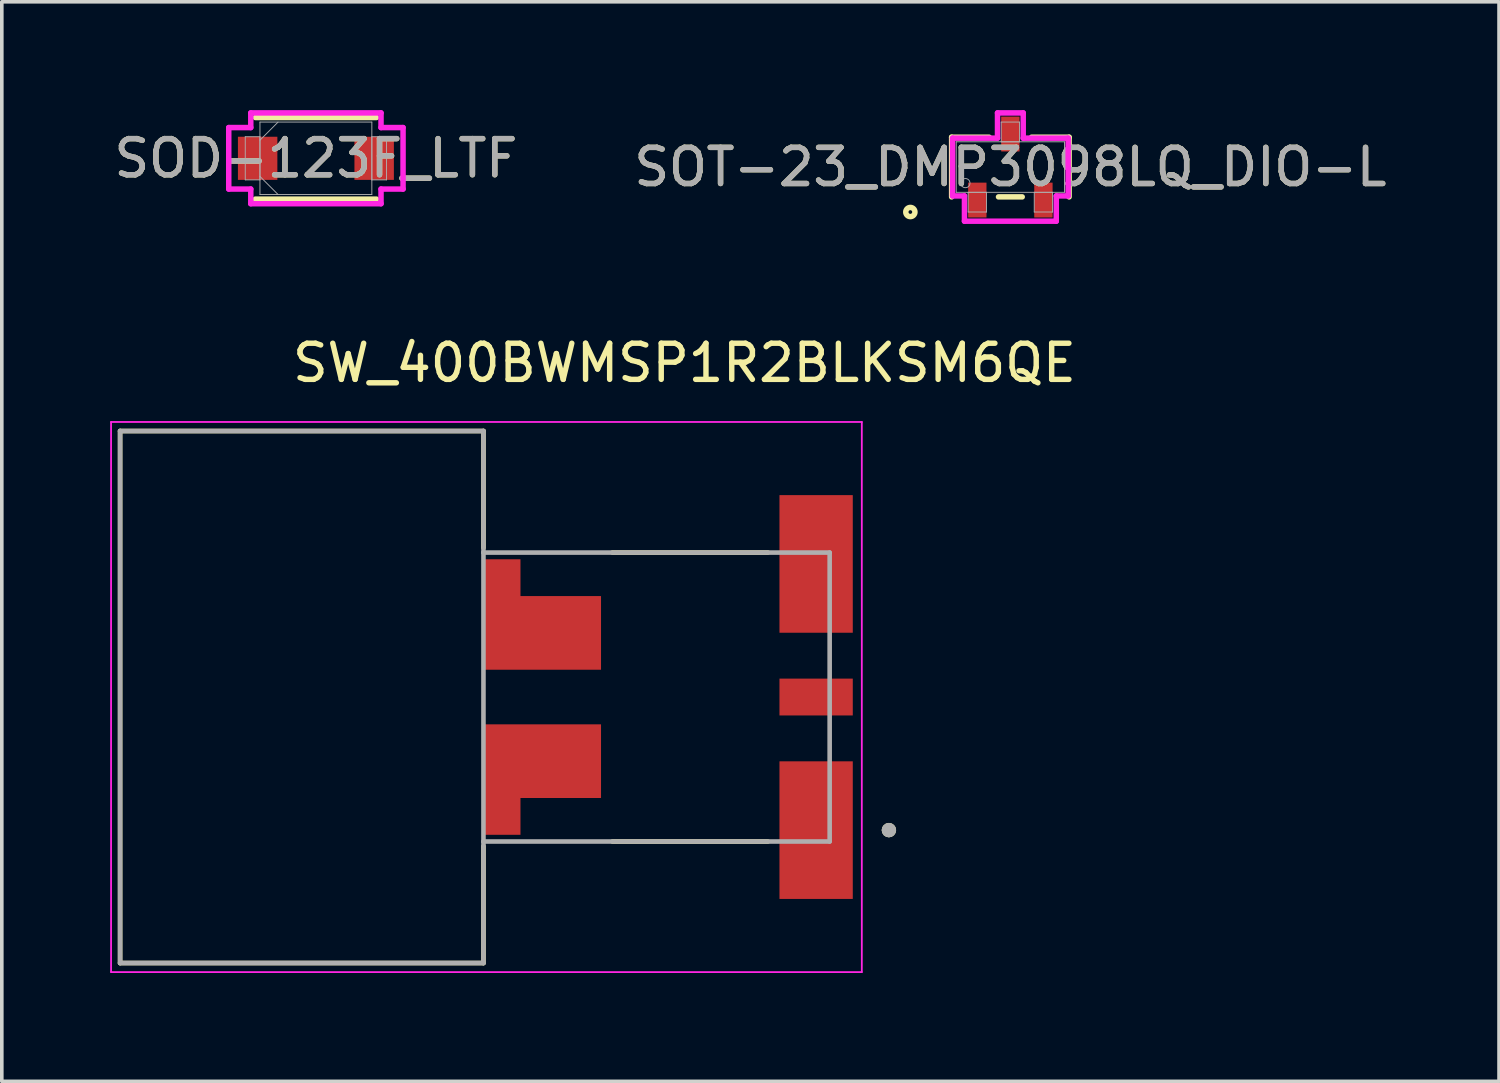
<source format=kicad_pcb>
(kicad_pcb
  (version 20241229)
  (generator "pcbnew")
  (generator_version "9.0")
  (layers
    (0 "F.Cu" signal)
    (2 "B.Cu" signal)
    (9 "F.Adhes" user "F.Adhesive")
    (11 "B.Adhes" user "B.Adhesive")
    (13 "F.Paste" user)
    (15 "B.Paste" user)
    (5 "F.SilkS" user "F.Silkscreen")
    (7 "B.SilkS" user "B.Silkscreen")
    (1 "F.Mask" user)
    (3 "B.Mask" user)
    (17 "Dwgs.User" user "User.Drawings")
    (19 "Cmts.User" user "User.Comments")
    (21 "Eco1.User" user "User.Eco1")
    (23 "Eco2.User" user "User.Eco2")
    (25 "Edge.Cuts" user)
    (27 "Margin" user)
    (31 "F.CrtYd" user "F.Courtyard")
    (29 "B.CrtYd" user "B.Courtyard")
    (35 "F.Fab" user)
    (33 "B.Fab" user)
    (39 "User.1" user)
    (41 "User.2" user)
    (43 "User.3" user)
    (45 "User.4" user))
  (footprint "SOD-123F_LTF"
    (layer "F.Cu")
    (at 5.696 1.333)
    (property "Reference" "SOD-123F_LTF" (at 0 0 0) (unlocked yes) (layer "F.SilkS") (effects (font (size 1 1) (thickness 0.15))))
    (attr smd)
    (fp_line (start -1.676 1.13) (end 1.676 1.13) (stroke (width 0.152) (type solid)) (layer "F.SilkS"))
    (fp_line (start 1.676 -1.13) (end -1.676 -1.13) (stroke (width 0.152) (type solid)) (layer "F.SilkS"))
    (fp_line (start -2.413 -0.851) (end -1.803 -0.851) (stroke (width 0.152) (type solid)) (layer "F.CrtYd"))
    (fp_line (start -2.413 0.851) (end -2.413 -0.851) (stroke (width 0.152) (type solid)) (layer "F.CrtYd"))
    (fp_line (start -1.803 -1.257) (end 1.803 -1.257) (stroke (width 0.152) (type solid)) (layer "F.CrtYd"))
    (fp_line (start -1.803 -0.851) (end -1.803 -1.257) (stroke (width 0.152) (type solid)) (layer "F.CrtYd"))
    (fp_line (start -1.803 0.851) (end -2.413 0.851) (stroke (width 0.152) (type solid)) (layer "F.CrtYd"))
    (fp_line (start -1.803 1.257) (end -1.803 0.851) (stroke (width 0.152) (type solid)) (layer "F.CrtYd"))
    (fp_line (start 1.803 -1.257) (end 1.803 -0.851) (stroke (width 0.152) (type solid)) (layer "F.CrtYd"))
    (fp_line (start 1.803 -0.851) (end 2.413 -0.851) (stroke (width 0.152) (type solid)) (layer "F.CrtYd"))
    (fp_line (start 1.803 0.851) (end 1.803 1.257) (stroke (width 0.152) (type solid)) (layer "F.CrtYd"))
    (fp_line (start 1.803 1.257) (end -1.803 1.257) (stroke (width 0.152) (type solid)) (layer "F.CrtYd"))
    (fp_line (start 2.413 -0.851) (end 2.413 0.851) (stroke (width 0.152) (type solid)) (layer "F.CrtYd"))
    (fp_line (start 2.413 0.851) (end 1.803 0.851) (stroke (width 0.152) (type solid)) (layer "F.CrtYd"))
    (fp_line (start -1.956 -0.597) (end -1.956 0.597) (stroke (width 0.025) (type solid)) (layer "F.Fab"))
    (fp_line (start -1.956 0.597) (end -1.549 0.597) (stroke (width 0.025) (type solid)) (layer "F.Fab"))
    (fp_line (start -1.549 -1.003) (end -1.549 1.003) (stroke (width 0.025) (type solid)) (layer "F.Fab"))
    (fp_line (start -1.549 -0.597) (end -1.956 -0.597) (stroke (width 0.025) (type solid)) (layer "F.Fab"))
    (fp_line (start -1.549 -0.502) (end -1.048 -1.003) (stroke (width 0.025) (type solid)) (layer "F.Fab"))
    (fp_line (start -1.549 0.502) (end -1.048 1.003) (stroke (width 0.025) (type solid)) (layer "F.Fab"))
    (fp_line (start -1.549 0.597) (end -1.549 -0.597) (stroke (width 0.025) (type solid)) (layer "F.Fab"))
    (fp_line (start -1.549 1.003) (end 1.549 1.003) (stroke (width 0.025) (type solid)) (layer "F.Fab"))
    (fp_line (start 1.549 -1.003) (end -1.549 -1.003) (stroke (width 0.025) (type solid)) (layer "F.Fab"))
    (fp_line (start 1.549 -0.597) (end 1.549 0.597) (stroke (width 0.025) (type solid)) (layer "F.Fab"))
    (fp_line (start 1.549 0.597) (end 1.956 0.597) (stroke (width 0.025) (type solid)) (layer "F.Fab"))
    (fp_line (start 1.549 1.003) (end 1.549 -1.003) (stroke (width 0.025) (type solid)) (layer "F.Fab"))
    (fp_line (start 1.956 -0.597) (end 1.549 -0.597) (stroke (width 0.025) (type solid)) (layer "F.Fab"))
    (fp_line (start 1.956 0.597) (end 1.956 -0.597) (stroke (width 0.025) (type solid)) (layer "F.Fab"))
    (fp_text user "${REFERENCE}" (at 0 0 0) (unlocked yes) (layer "F.Fab") (effects (font (size 1 1) (thickness 0.15))))
    (pad "1" smd rect (at -1.613 0) (size 1.092 1.194) (layers "F.Cu" "F.Mask" "F.Paste"))
    (pad "2" smd rect (at 1.613 0) (size 1.092 1.194) (layers "F.Cu" "F.Mask" "F.Paste"))
    (zone (net_name "") (layer "F.Cu") (hatch full 0.508) (connect_pads) (min_thickness 0.254) (filled_areas_thickness no) (keepout (tracks not_allowed) (vias not_allowed) (pads allowed) (copperpour not_allowed) (footprints allowed)) (placement (enabled no)) (fill) (polygon (pts (xy 4.68 0.381) (xy 6.712 0.381) (xy 6.712 2.286) (xy 4.68 2.286)))))
  (footprint "SOT-23_DMP3098LQ_DIO-L"
    (layer "F.Cu")
    (at 24.923 1.575)
    (property "Reference" "SOT-23_DMP3098LQ_DIO-L" (at 0 0 0) (unlocked yes) (layer "F.SilkS") (effects (font (size 1 1) (thickness 0.15))))
    (attr smd)
    (fp_line (start -1.626 -0.826) (end -1.626 0.826) (stroke (width 0.152) (type solid)) (layer "F.SilkS"))
    (fp_line (start -0.587 -0.826) (end -1.626 -0.826) (stroke (width 0.152) (type solid)) (layer "F.SilkS"))
    (fp_line (start -0.328 0.826) (end 0.328 0.826) (stroke (width 0.152) (type solid)) (layer "F.SilkS"))
    (fp_line (start 1.626 -0.826) (end 0.587 -0.826) (stroke (width 0.152) (type solid)) (layer "F.SilkS"))
    (fp_line (start 1.626 0.826) (end 1.626 -0.826) (stroke (width 0.152) (type solid)) (layer "F.SilkS"))
    (fp_circle (center -2.769 1.245) (end -2.642 1.245) (stroke (width 0.152) (type solid)) (fill no) (layer "F.SilkS"))
    (fp_line (start -1.6 -0.8) (end -0.356 -0.8) (stroke (width 0.152) (type solid)) (layer "F.CrtYd"))
    (fp_line (start -1.6 0.8) (end -1.6 -0.8) (stroke (width 0.152) (type solid)) (layer "F.CrtYd"))
    (fp_line (start -1.6 0.8) (end -1.271 0.8) (stroke (width 0.152) (type solid)) (layer "F.CrtYd"))
    (fp_line (start -1.271 0.8) (end -1.271 1.499) (stroke (width 0.152) (type solid)) (layer "F.CrtYd"))
    (fp_line (start -1.271 1.499) (end 1.271 1.499) (stroke (width 0.152) (type solid)) (layer "F.CrtYd"))
    (fp_line (start -0.356 -1.499) (end 0.356 -1.499) (stroke (width 0.152) (type solid)) (layer "F.CrtYd"))
    (fp_line (start -0.356 -0.8) (end -0.356 -1.499) (stroke (width 0.152) (type solid)) (layer "F.CrtYd"))
    (fp_line (start 0.356 -0.8) (end 0.356 -1.499) (stroke (width 0.152) (type solid)) (layer "F.CrtYd"))
    (fp_line (start 1.271 0.8) (end 1.271 1.499) (stroke (width 0.152) (type solid)) (layer "F.CrtYd"))
    (fp_line (start 1.6 -0.8) (end 0.356 -0.8) (stroke (width 0.152) (type solid)) (layer "F.CrtYd"))
    (fp_line (start 1.6 -0.8) (end 1.6 0.8) (stroke (width 0.152) (type solid)) (layer "F.CrtYd"))
    (fp_line (start 1.6 0.8) (end 1.271 0.8) (stroke (width 0.152) (type solid)) (layer "F.CrtYd"))
    (fp_line (start -1.499 -0.699) (end -1.499 0.699) (stroke (width 0.025) (type solid)) (layer "F.Fab"))
    (fp_line (start -1.499 0.699) (end 1.499 0.699) (stroke (width 0.025) (type solid)) (layer "F.Fab"))
    (fp_line (start -1.169 0.699) (end -1.169 1.245) (stroke (width 0.025) (type solid)) (layer "F.Fab"))
    (fp_line (start -1.169 1.245) (end -0.661 1.245) (stroke (width 0.025) (type solid)) (layer "F.Fab"))
    (fp_line (start -0.661 0.699) (end -1.169 0.699) (stroke (width 0.025) (type solid)) (layer "F.Fab"))
    (fp_line (start -0.661 1.245) (end -0.661 0.699) (stroke (width 0.025) (type solid)) (layer "F.Fab"))
    (fp_line (start -0.254 -1.245) (end -0.254 -0.699) (stroke (width 0.025) (type solid)) (layer "F.Fab"))
    (fp_line (start -0.254 -0.699) (end 0.254 -0.699) (stroke (width 0.025) (type solid)) (layer "F.Fab"))
    (fp_line (start 0.254 -1.245) (end -0.254 -1.245) (stroke (width 0.025) (type solid)) (layer "F.Fab"))
    (fp_line (start 0.254 -0.699) (end 0.254 -1.245) (stroke (width 0.025) (type solid)) (layer "F.Fab"))
    (fp_line (start 0.661 0.699) (end 0.661 1.245) (stroke (width 0.025) (type solid)) (layer "F.Fab"))
    (fp_line (start 0.661 1.245) (end 1.169 1.245) (stroke (width 0.025) (type solid)) (layer "F.Fab"))
    (fp_line (start 1.169 0.699) (end 0.661 0.699) (stroke (width 0.025) (type solid)) (layer "F.Fab"))
    (fp_line (start 1.169 1.245) (end 1.169 0.699) (stroke (width 0.025) (type solid)) (layer "F.Fab"))
    (fp_line (start 1.499 -0.699) (end -1.499 -0.699) (stroke (width 0.025) (type solid)) (layer "F.Fab"))
    (fp_line (start 1.499 0.699) (end 1.499 -0.699) (stroke (width 0.025) (type solid)) (layer "F.Fab"))
    (fp_circle (center -1.245 0.445) (end -1.118 0.445) (stroke (width 0.025) (type solid)) (fill no) (layer "F.Fab"))
    (fp_text user "${REFERENCE}" (at 0 0 0) (unlocked yes) (layer "F.Fab") (effects (font (size 1 1) (thickness 0.15))))
    (pad "1" smd rect (at -0.915 0.914) (size 0.508 0.965) (layers "F.Cu" "F.Mask" "F.Paste"))
    (pad "2" smd rect (at 0.915 0.914) (size 0.508 0.965) (layers "F.Cu" "F.Mask" "F.Paste"))
    (pad "3" smd rect (at 0 -0.914) (size 0.508 0.965) (layers "F.Cu" "F.Mask" "F.Paste")))
  (footprint "SW_400BWMSP1R2BLKSM6QE"
    (layer "F.Cu")
    (at 19.545 16.248)
    (property "Reference" "SW_400BWMSP1R2BLKSM6QE" (at -3.645 -9.25 0) (layer "F.SilkS") (effects (font (size 1 1) (thickness 0.15))))
    (attr smd)
    (fp_poly (pts (xy -9.31 -3.91) (xy -8.09 -3.91) (xy -8.09 -2.89) (xy -5.86 -2.89) (xy -5.86 -0.66) (xy -9.31 -0.66)) (stroke (width 0.01) (type solid)) (fill yes) (layer "F.Mask"))
    (fp_poly (pts (xy -9.31 3.91) (xy -8.09 3.91) (xy -8.09 2.89) (xy -5.86 2.89) (xy -5.86 0.66) (xy -9.31 0.66)) (stroke (width 0.01) (type solid)) (fill yes) (layer "F.Mask"))
    (fp_line (start -19.27 -7.365) (end -9.21 -7.365) (stroke (width 0.127) (type solid)) (layer "F.SilkS"))
    (fp_line (start -19.27 7.365) (end -19.27 -7.365) (stroke (width 0.127) (type solid)) (layer "F.SilkS"))
    (fp_line (start -19.27 7.365) (end -9.21 7.365) (stroke (width 0.127) (type solid)) (layer "F.SilkS"))
    (fp_line (start -9.21 -7.365) (end -9.21 -4.13) (stroke (width 0.127) (type solid)) (layer "F.SilkS"))
    (fp_line (start -9.21 7.365) (end -9.21 4.13) (stroke (width 0.127) (type solid)) (layer "F.SilkS"))
    (fp_line (start -5.64 -4) (end -1.335 -4) (stroke (width 0.127) (type solid)) (layer "F.SilkS"))
    (fp_line (start -5.64 4) (end -1.335 4) (stroke (width 0.127) (type solid)) (layer "F.SilkS"))
    (fp_circle (center 2.015 3.685) (end 2.115 3.685) (stroke (width 0.2) (type solid)) (fill no) (layer "F.SilkS"))
    (fp_poly (pts (xy -5.96 -0.76) (xy -9.21 -0.76) (xy -9.21 -3.81) (xy -8.19 -3.81) (xy -8.19 -2.79) (xy -5.96 -2.79)) (stroke (width 0.01) (type solid)) (fill yes) (layer "F.Paste"))
    (fp_poly (pts (xy -5.96 0.76) (xy -9.21 0.76) (xy -9.21 3.81) (xy -8.19 3.81) (xy -8.19 2.79) (xy -5.96 2.79)) (stroke (width 0.01) (type solid)) (fill yes) (layer "F.Paste"))
    (fp_line (start -19.52 -7.615) (end -19.52 7.615) (stroke (width 0.05) (type solid)) (layer "F.CrtYd"))
    (fp_line (start -19.52 7.615) (end 1.265 7.615) (stroke (width 0.05) (type solid)) (layer "F.CrtYd"))
    (fp_line (start 1.265 -7.615) (end -19.52 -7.615) (stroke (width 0.05) (type solid)) (layer "F.CrtYd"))
    (fp_line (start 1.265 7.615) (end 1.265 -7.615) (stroke (width 0.05) (type solid)) (layer "F.CrtYd"))
    (fp_line (start -19.27 -7.365) (end -9.21 -7.365) (stroke (width 0.127) (type solid)) (layer "F.Fab"))
    (fp_line (start -19.27 7.365) (end -19.27 -7.365) (stroke (width 0.127) (type solid)) (layer "F.Fab"))
    (fp_line (start -19.27 7.365) (end -9.21 7.365) (stroke (width 0.127) (type solid)) (layer "F.Fab"))
    (fp_line (start -9.21 -7.365) (end -9.21 -4) (stroke (width 0.127) (type solid)) (layer "F.Fab"))
    (fp_line (start -9.21 -4) (end 0.375 -4) (stroke (width 0.127) (type solid)) (layer "F.Fab"))
    (fp_line (start -9.21 4) (end -9.21 -4) (stroke (width 0.127) (type solid)) (layer "F.Fab"))
    (fp_line (start -9.21 7.365) (end -9.21 4) (stroke (width 0.127) (type solid)) (layer "F.Fab"))
    (fp_line (start 0.375 -4) (end 0.375 4) (stroke (width 0.127) (type solid)) (layer "F.Fab"))
    (fp_line (start 0.375 4) (end -9.21 4) (stroke (width 0.127) (type solid)) (layer "F.Fab"))
    (fp_circle (center 2.015 3.685) (end 2.115 3.685) (stroke (width 0.2) (type solid)) (fill no) (layer "F.Fab"))
    (pad "1" smd rect (at 0 3.685) (size 2.03 3.81) (layers "F.Cu" "F.Mask" "F.Paste"))
    (pad "2" smd rect (at 0 0) (size 2.03 1.02) (layers "F.Cu" "F.Mask" "F.Paste"))
    (pad "3" smd rect (at 0 -3.685) (size 2.03 3.81) (layers "F.Cu" "F.Mask" "F.Paste"))
    (pad "S1" smd custom (at -7.6 -1.8) (size 0.1 0.1) (layers "F.Cu") (options (anchor rect)) (primitives (gr_poly (pts (xy 1.64 1.04) (xy -1.61 1.04) (xy -1.61 -2.01) (xy -0.59 -2.01) (xy -0.59 -0.99) (xy 1.64 -0.99)) (width 0.01) (fill yes))))
    (pad "S2" smd custom (at -7.6 1.8) (size 0.1 0.1) (layers "F.Cu") (options (anchor rect)) (primitives (gr_poly (pts (xy 1.64 -1.04) (xy -1.61 -1.04) (xy -1.61 2.01) (xy -0.59 2.01) (xy -0.59 0.99) (xy 1.64 0.99)) (width 0.01) (fill yes)))))
  (gr_rect
    (start -3 -3)
    (end 38.452 26.888)
    (stroke (width 0.1) (type default))
    (fill no)
    (layer "Edge.Cuts")))
</source>
